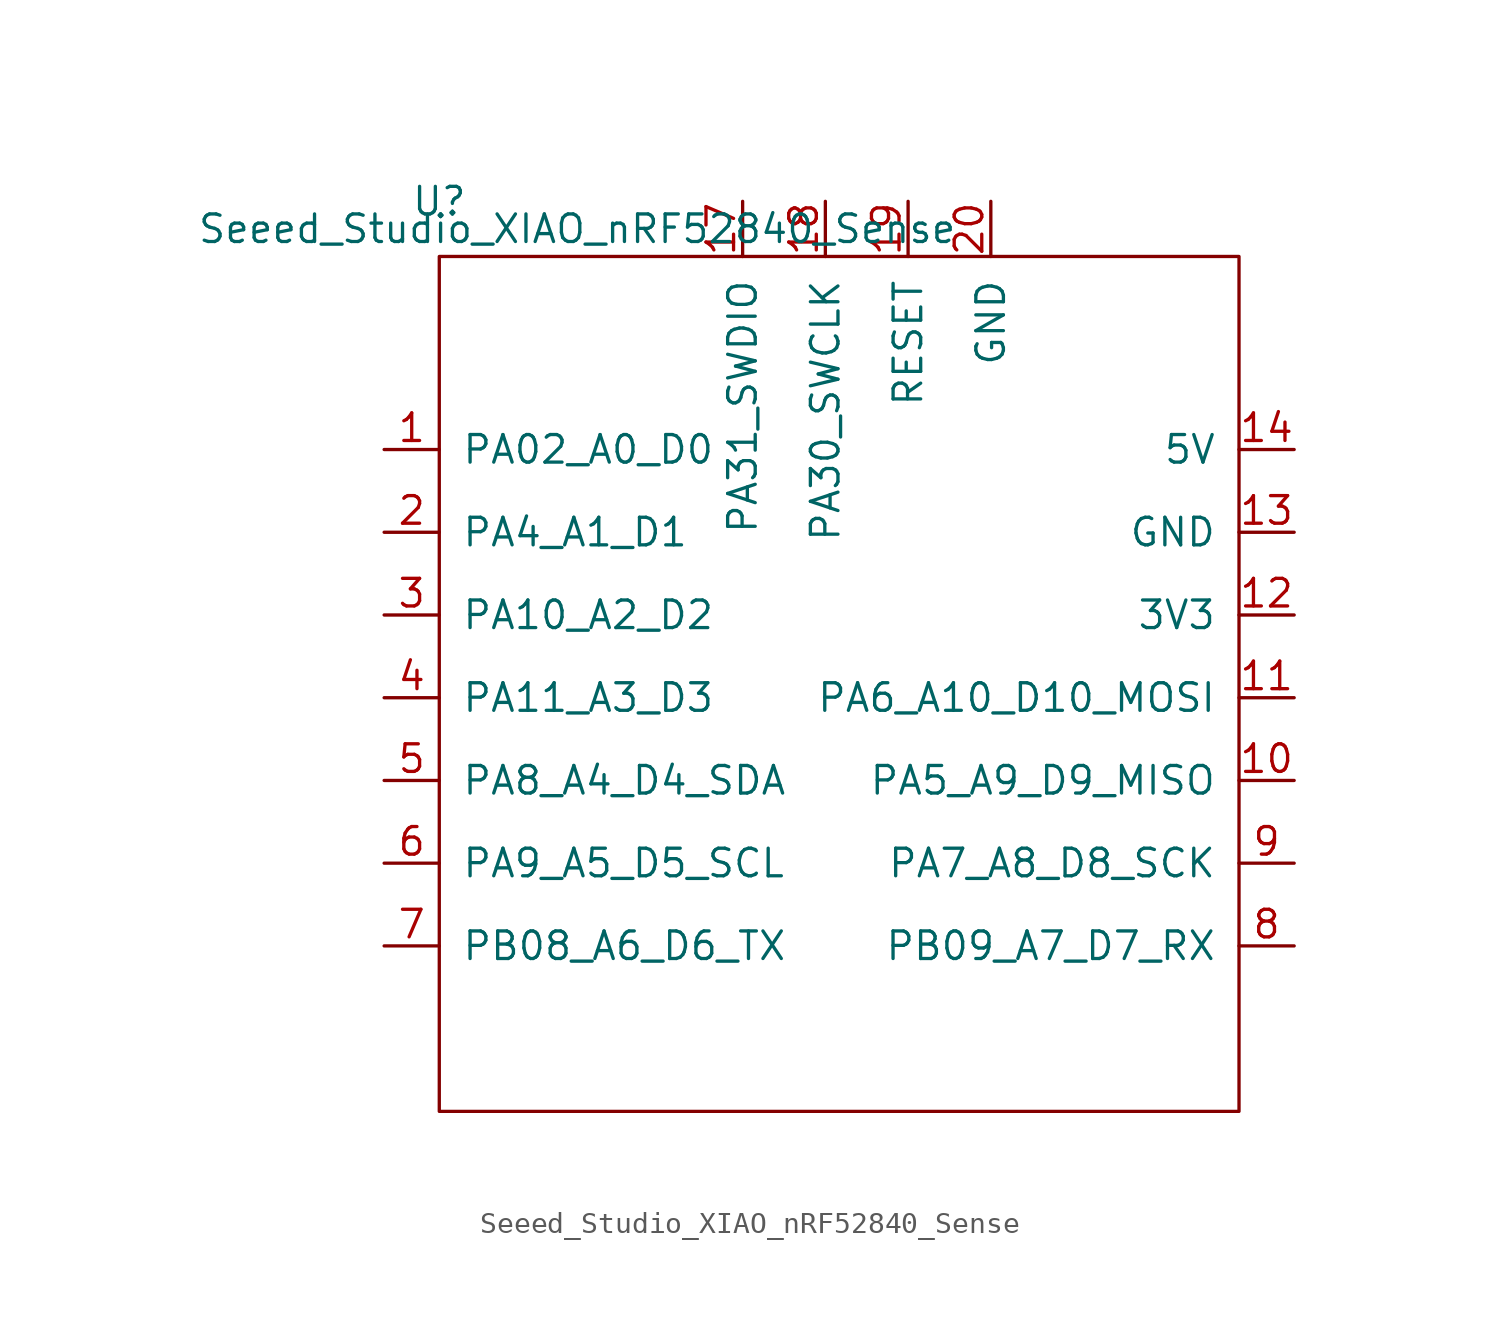
<source format=kicad_sym>
(kicad_symbol_lib
  (version 20211014)
  (generator kicad_symbol_editor)
  (symbol "Seeed_Studio_XIAO_nRF52840_Sense"
    (pin_names
      (offset 1.016))
    (property "Reference" "U"
      (at -19.05 22.86 0)
      (effects (font (size 1.27 1.27))))
    (property "Value" "Seeed_Studio_XIAO_nRF52840_Sense"
      (at -12.7 21.59 0)
      (effects (font (size 1.27 1.27))))
    (symbol "Seeed_Studio_XIAO_nRF52840_Sense_0_1"
      (rectangle (start -19.05 20.32) (end 17.78 -19.05) (stroke (width 0) (type default) (color 0 0 0 0)) (fill (type none))))
    (symbol "Seeed_Studio_XIAO_nRF52840_Sense_1_1"
      (pin unspecified line (at -21.59 11.43 0) (length 2.54) (name "PA02_A0_D0" (effects (font (size 1.27 1.27)))) (number "1" (effects (font (size 1.27 1.27)))))
      (pin unspecified line (at 20.32 -3.81 180) (length 2.54) (name "PA5_A9_D9_MISO" (effects (font (size 1.27 1.27)))) (number "10" (effects (font (size 1.27 1.27)))))
      (pin unspecified line (at 20.32 0 180) (length 2.54) (name "PA6_A10_D10_MOSI" (effects (font (size 1.27 1.27)))) (number "11" (effects (font (size 1.27 1.27)))))
      (pin unspecified line (at 20.32 3.81 180) (length 2.54) (name "3V3" (effects (font (size 1.27 1.27)))) (number "12" (effects (font (size 1.27 1.27)))))
      (pin unspecified line (at 20.32 7.62 180) (length 2.54) (name "GND" (effects (font (size 1.27 1.27)))) (number "13" (effects (font (size 1.27 1.27)))))
      (pin unspecified line (at 20.32 11.43 180) (length 2.54) (name "5V" (effects (font (size 1.27 1.27)))) (number "14" (effects (font (size 1.27 1.27)))))
      (pin input line (at -5.08 22.86 270) (length 2.54) (name "PA31_SWDIO" (effects (font (size 1.27 1.27)))) (number "17" (effects (font (size 1.27 1.27)))))
      (pin input line (at -1.27 22.86 270) (length 2.54) (name "PA30_SWCLK" (effects (font (size 1.27 1.27)))) (number "18" (effects (font (size 1.27 1.27)))))
      (pin input line (at 2.54 22.86 270) (length 2.54) (name "RESET" (effects (font (size 1.27 1.27)))) (number "19" (effects (font (size 1.27 1.27)))))
      (pin unspecified line (at -21.59 7.62 0) (length 2.54) (name "PA4_A1_D1" (effects (font (size 1.27 1.27)))) (number "2" (effects (font (size 1.27 1.27)))))
      (pin input line (at 6.35 22.86 270) (length 2.54) (name "GND" (effects (font (size 1.27 1.27)))) (number "20" (effects (font (size 1.27 1.27)))))
      (pin unspecified line (at -21.59 3.81 0) (length 2.54) (name "PA10_A2_D2" (effects (font (size 1.27 1.27)))) (number "3" (effects (font (size 1.27 1.27)))))
      (pin unspecified line (at -21.59 0 0) (length 2.54) (name "PA11_A3_D3" (effects (font (size 1.27 1.27)))) (number "4" (effects (font (size 1.27 1.27)))))
      (pin unspecified line (at -21.59 -3.81 0) (length 2.54) (name "PA8_A4_D4_SDA" (effects (font (size 1.27 1.27)))) (number "5" (effects (font (size 1.27 1.27)))))
      (pin unspecified line (at -21.59 -7.62 0) (length 2.54) (name "PA9_A5_D5_SCL" (effects (font (size 1.27 1.27)))) (number "6" (effects (font (size 1.27 1.27)))))
      (pin unspecified line (at -21.59 -11.43 0) (length 2.54) (name "PB08_A6_D6_TX" (effects (font (size 1.27 1.27)))) (number "7" (effects (font (size 1.27 1.27)))))
      (pin unspecified line (at 20.32 -11.43 180) (length 2.54) (name "PB09_A7_D7_RX" (effects (font (size 1.27 1.27)))) (number "8" (effects (font (size 1.27 1.27)))))
      (pin unspecified line (at 20.32 -7.62 180) (length 2.54) (name "PA7_A8_D8_SCK" (effects (font (size 1.27 1.27)))) (number "9" (effects (font (size 1.27 1.27))))))))
</source>
